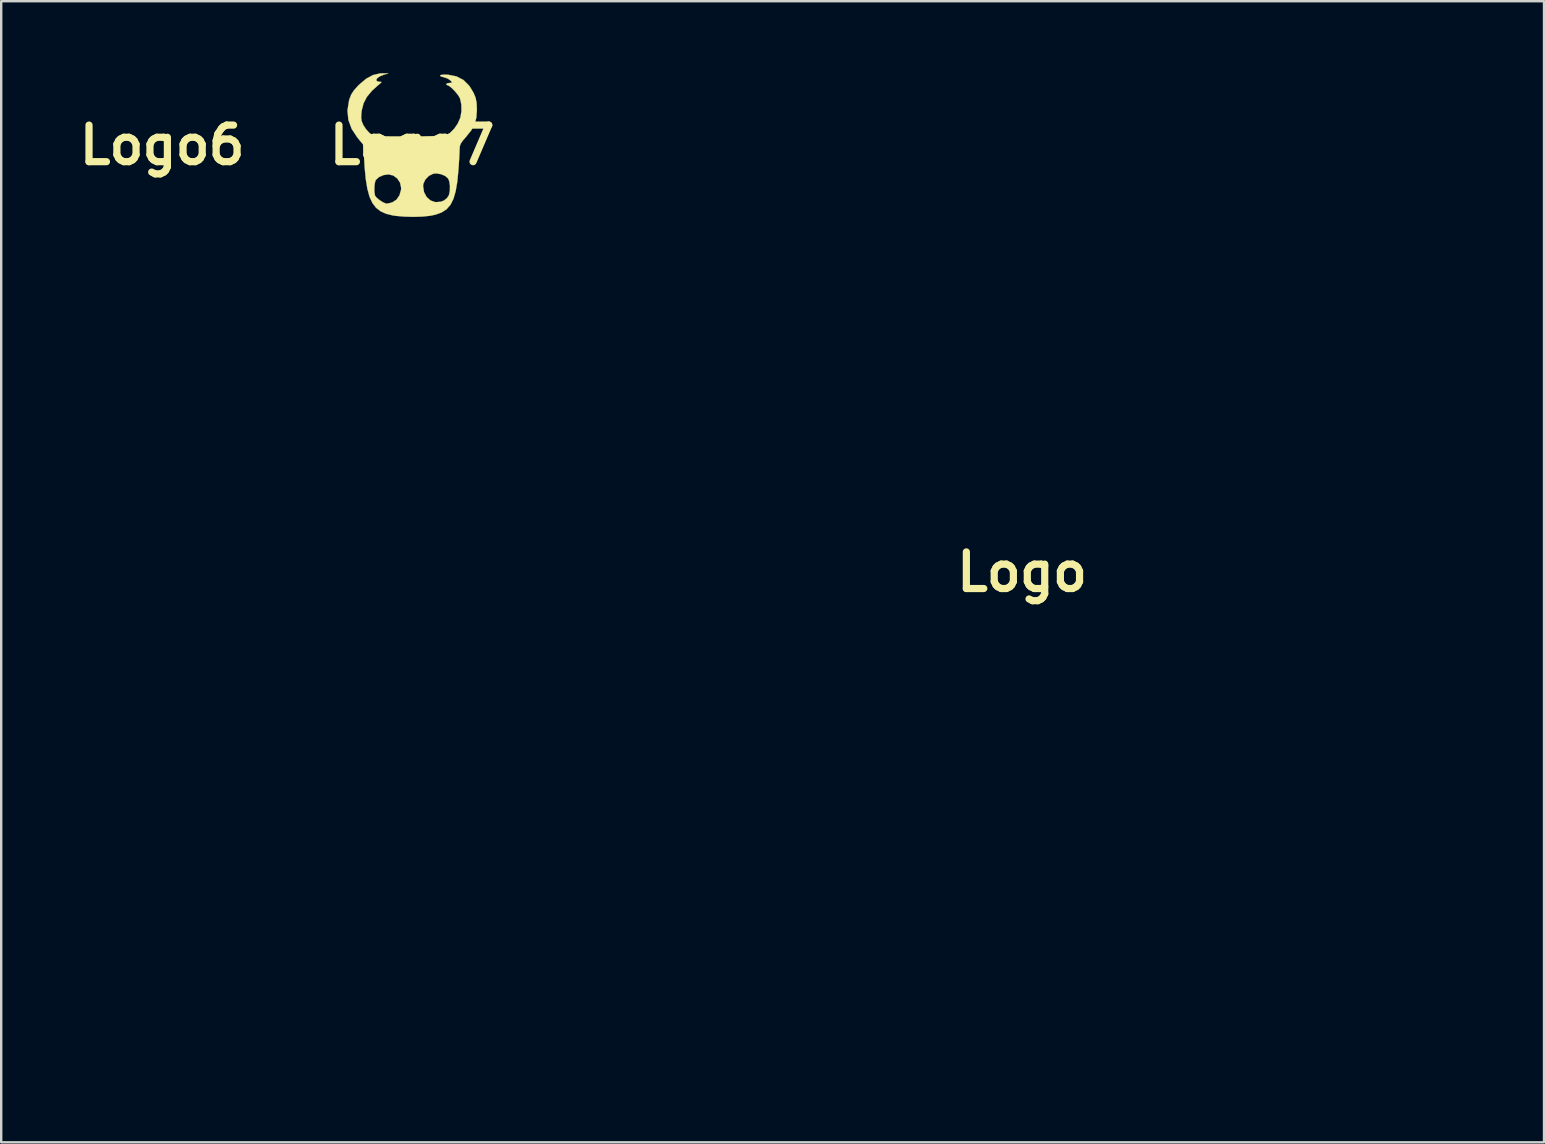
<source format=kicad_pcb>
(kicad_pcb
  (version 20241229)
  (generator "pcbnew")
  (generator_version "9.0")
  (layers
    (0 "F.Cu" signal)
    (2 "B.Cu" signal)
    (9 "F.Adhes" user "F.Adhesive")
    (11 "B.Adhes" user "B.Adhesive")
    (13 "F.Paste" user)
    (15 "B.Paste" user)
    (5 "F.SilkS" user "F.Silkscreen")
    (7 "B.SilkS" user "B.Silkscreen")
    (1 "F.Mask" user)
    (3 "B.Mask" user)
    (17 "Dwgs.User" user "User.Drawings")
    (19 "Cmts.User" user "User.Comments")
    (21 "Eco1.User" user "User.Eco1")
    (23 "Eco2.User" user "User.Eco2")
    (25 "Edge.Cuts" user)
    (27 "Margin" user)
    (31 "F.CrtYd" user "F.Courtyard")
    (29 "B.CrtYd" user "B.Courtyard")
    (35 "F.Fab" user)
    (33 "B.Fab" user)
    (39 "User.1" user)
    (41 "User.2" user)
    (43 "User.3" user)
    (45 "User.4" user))
  (footprint "Logo"
    (layer "F.Cu")
    (at 39.546 20.787)
    (property "Reference" "Logo" (at 0 0 0) (layer "F.SilkS") (effects (font (size 1.524 1.524) (thickness 0.3))))
    (attr through_hole)
    (fp_poly (pts (xy -6.879 -20.75) (xy -8.114 -20.399) (xy -9.26 -19.952) (xy -10.033 -19.423) (xy -10.371 -18.91) (xy -10.211 -18.515) (xy -9.491 -18.335) (xy -9.416 -18.333) (xy -8.919 -18.298) (xy -8.93 -18.12) (xy -9.472 -17.656) (xy -9.525 -17.614) (xy -11.606 -15.757) (xy -13.088 -13.962) (xy -14.053 -12.096) (xy -14.581 -10.03) (xy -14.669 -9.329) (xy -14.746 -7.986) (xy -14.611 -6.986) (xy -14.204 -5.984) (xy -14.027 -5.644) (xy -13.281 -4.528) (xy -12.394 -3.567) (xy -12.045 -3.29) (xy -11.685 -3.064) (xy -11.295 -2.888) (xy -10.788 -2.754) (xy -10.077 -2.657) (xy -9.075 -2.592) (xy -7.696 -2.551) (xy -5.854 -2.528) (xy -3.46 -2.518) (xy -1.135 -2.515) (xy 1.713 -2.526) (xy 4.269 -2.561) (xy 6.448 -2.618) (xy 8.162 -2.694) (xy 9.324 -2.787) (xy 9.784 -2.866) (xy 10.982 -3.544) (xy 12.172 -4.726) (xy 13.204 -6.227) (xy 13.926 -7.862) (xy 13.971 -8.008) (xy 14.28 -9.793) (xy 14.26 -11.657) (xy 13.925 -13.304) (xy 13.684 -13.878) (xy 13.155 -14.675) (xy 12.388 -15.588) (xy 11.552 -16.442) (xy 10.815 -17.065) (xy 10.366 -17.286) (xy 9.923 -17.49) (xy 9.878 -17.639) (xy 10.181 -17.898) (xy 10.814 -17.992) (xy 11.46 -18.029) (xy 11.483 -18.26) (xy 11.119 -18.69) (xy 10.325 -19.248) (xy 9.303 -19.611) (xy 9.3 -19.612) (xy 8.36 -19.864) (xy 8.062 -20.11) (xy 8.343 -20.306) (xy 9.141 -20.409) (xy 10.393 -20.375) (xy 12.836 -19.893) (xy 14.846 -18.864) (xy 16.459 -17.266) (xy 16.867 -16.679) (xy 17.804 -15.091) (xy 18.371 -13.723) (xy 18.656 -12.277) (xy 18.746 -10.458) (xy 18.747 -10.246) (xy 18.599 -7.983) (xy 18.073 -6.049) (xy 17.083 -4.232) (xy 15.549 -2.323) (xy 14.601 -1.222) (xy 14.056 -0.402) (xy 13.807 0.345) (xy 13.748 1.15) (xy 13.718 2.088) (xy 13.644 3.531) (xy 13.537 5.282) (xy 13.41 7.124) (xy 13.08 10.541) (xy 12.611 13.326) (xy 11.964 15.547) (xy 11.095 17.271) (xy 9.964 18.565) (xy 8.531 19.496) (xy 6.753 20.132) (xy 5.246 20.444) (xy 2.979 20.684) (xy 0.336 20.765) (xy -2.374 20.689) (xy -4.841 20.461) (xy -5.644 20.336) (xy -7.544 19.864) (xy -9.132 19.148) (xy -10.438 18.13) (xy -11.49 16.751) (xy -12.317 14.952) (xy -12.947 12.673) (xy -13.016 12.255) (xy -10.921 12.255) (xy -10.907 13.518) (xy -10.755 14.513) (xy -10.715 14.629) (xy -10.244 15.236) (xy -9.389 15.94) (xy -8.412 16.557) (xy -7.577 16.907) (xy -7.379 16.933) (xy -6.653 16.821) (xy -5.709 16.55) (xy -5.707 16.549) (xy -4.534 15.792) (xy -3.666 14.542) (xy -3.214 12.984) (xy -3.175 12.358) (xy -3.286 11.826) (xy 3.175 11.826) (xy 3.451 13.607) (xy 4.207 15.03) (xy 5.334 16.021) (xy 6.724 16.503) (xy 8.267 16.4) (xy 9.205 16.034) (xy 10.066 15.362) (xy 10.633 14.535) (xy 10.923 13.249) (xy 10.953 11.774) (xy 10.737 10.421) (xy 10.42 9.672) (xy 9.602 8.947) (xy 8.379 8.419) (xy 7.049 8.186) (xy 6.16 8.262) (xy 4.861 8.891) (xy 3.831 9.947) (xy 3.246 11.222) (xy 3.175 11.826) (xy -3.286 11.826) (xy -3.483 10.888) (xy -4.304 9.642) (xy -5.489 8.782) (xy -6.861 8.467) (xy -8.304 8.683) (xy -9.594 9.252) (xy -10.479 10.057) (xy -10.573 10.211) (xy -10.806 11.045) (xy -10.921 12.255) (xy -13.016 12.255) (xy -13.411 9.857) (xy -13.735 6.445) (xy -13.906 3.421) (xy -14.061 -0.037) (xy -15.858 -2.224) (xy -17.503 -4.708) (xy -18.452 -7.314) (xy -18.707 -10.039) (xy -18.266 -12.882) (xy -18.098 -13.453) (xy -17.595 -14.687) (xy -16.836 -15.847) (xy -15.677 -17.145) (xy -15.323 -17.501) (xy -13.298 -19.217) (xy -11.305 -20.285) (xy -9.243 -20.754) (xy -8.316 -20.782) (xy -6.879 -20.75)) (stroke (width 0.01) (type solid)) (fill yes) (layer "F.Mask")))
  (footprint "Logo6"
    (layer "F.Cu")
    (at 3.708 2.998)
    (property "Reference" "Logo6" (at 0 0 0) (layer "F.SilkS") (effects (font (size 1.524 1.524) (thickness 0.3))))
    (attr through_hole)
    (fp_poly (pts (xy -0.991 -2.988) (xy -1.168 -2.937) (xy -1.333 -2.873) (xy -1.445 -2.797) (xy -1.493 -2.723) (xy -1.47 -2.666) (xy -1.367 -2.64) (xy -1.356 -2.64) (xy -1.284 -2.635) (xy -1.286 -2.609) (xy -1.364 -2.542) (xy -1.372 -2.536) (xy -1.671 -2.269) (xy -1.885 -2.01) (xy -2.024 -1.742) (xy -2.1 -1.444) (xy -2.112 -1.343) (xy -2.123 -1.15) (xy -2.104 -1.006) (xy -2.045 -0.862) (xy -2.02 -0.813) (xy -1.912 -0.652) (xy -1.785 -0.514) (xy -1.734 -0.474) (xy -1.683 -0.441) (xy -1.626 -0.416) (xy -1.553 -0.397) (xy -1.451 -0.383) (xy -1.307 -0.373) (xy -1.108 -0.367) (xy -0.843 -0.364) (xy -0.498 -0.363) (xy -0.163 -0.362) (xy 0.247 -0.364) (xy 0.615 -0.369) (xy 0.929 -0.377) (xy 1.175 -0.388) (xy 1.343 -0.401) (xy 1.409 -0.413) (xy 1.581 -0.51) (xy 1.753 -0.681) (xy 1.901 -0.897) (xy 2.005 -1.132) (xy 2.012 -1.153) (xy 2.056 -1.41) (xy 2.053 -1.679) (xy 2.005 -1.916) (xy 1.971 -1.998) (xy 1.894 -2.113) (xy 1.784 -2.245) (xy 1.664 -2.368) (xy 1.557 -2.457) (xy 1.493 -2.489) (xy 1.429 -2.519) (xy 1.422 -2.54) (xy 1.466 -2.577) (xy 1.557 -2.591) (xy 1.65 -2.596) (xy 1.654 -2.629) (xy 1.601 -2.691) (xy 1.487 -2.772) (xy 1.34 -2.824) (xy 1.339 -2.824) (xy 1.204 -2.86) (xy 1.161 -2.896) (xy 1.201 -2.924) (xy 1.316 -2.939) (xy 1.497 -2.934) (xy 1.848 -2.865) (xy 2.138 -2.716) (xy 2.37 -2.486) (xy 2.429 -2.402) (xy 2.564 -2.173) (xy 2.645 -1.976) (xy 2.687 -1.768) (xy 2.699 -1.506) (xy 2.7 -1.475) (xy 2.678 -1.15) (xy 2.602 -0.871) (xy 2.46 -0.609) (xy 2.239 -0.334) (xy 2.102 -0.176) (xy 2.024 -0.058) (xy 1.988 0.05) (xy 1.98 0.166) (xy 1.975 0.301) (xy 1.965 0.508) (xy 1.949 0.761) (xy 1.931 1.026) (xy 1.884 1.518) (xy 1.816 1.919) (xy 1.723 2.239) (xy 1.598 2.487) (xy 1.435 2.673) (xy 1.228 2.807) (xy 0.972 2.899) (xy 0.755 2.944) (xy 0.429 2.978) (xy 0.048 2.99) (xy -0.342 2.979) (xy -0.697 2.946) (xy -0.813 2.928) (xy -1.086 2.86) (xy -1.315 2.757) (xy -1.503 2.611) (xy -1.654 2.412) (xy -1.774 2.153) (xy -1.864 1.825) (xy -1.874 1.765) (xy -1.573 1.765) (xy -1.571 1.947) (xy -1.549 2.09) (xy -1.543 2.107) (xy -1.475 2.194) (xy -1.352 2.295) (xy -1.211 2.384) (xy -1.091 2.435) (xy -1.063 2.438) (xy -0.958 2.422) (xy -0.822 2.383) (xy -0.822 2.383) (xy -0.653 2.274) (xy -0.528 2.094) (xy -0.463 1.87) (xy -0.457 1.78) (xy -0.473 1.703) (xy 0.457 1.703) (xy 0.497 1.959) (xy 0.606 2.164) (xy 0.768 2.307) (xy 0.968 2.376) (xy 1.19 2.362) (xy 1.326 2.309) (xy 1.45 2.212) (xy 1.531 2.093) (xy 1.573 1.908) (xy 1.577 1.695) (xy 1.546 1.501) (xy 1.501 1.393) (xy 1.383 1.288) (xy 1.207 1.212) (xy 1.015 1.179) (xy 0.887 1.19) (xy 0.7 1.28) (xy 0.552 1.432) (xy 0.467 1.616) (xy 0.457 1.703) (xy -0.473 1.703) (xy -0.501 1.568) (xy -0.62 1.388) (xy -0.79 1.265) (xy -0.988 1.219) (xy -1.196 1.25) (xy -1.382 1.332) (xy -1.509 1.448) (xy -1.522 1.47) (xy -1.556 1.59) (xy -1.573 1.765) (xy -1.874 1.765) (xy -1.931 1.419) (xy -1.978 0.928) (xy -2.003 0.493) (xy -2.025 -0.005) (xy -2.284 -0.32) (xy -2.52 -0.678) (xy -2.657 -1.053) (xy -2.694 -1.446) (xy -2.63 -1.855) (xy -2.606 -1.937) (xy -2.534 -2.115) (xy -2.424 -2.282) (xy -2.258 -2.469) (xy -2.207 -2.52) (xy -1.915 -2.767) (xy -1.628 -2.921) (xy -1.331 -2.989) (xy -1.197 -2.993) (xy -0.991 -2.988)) (stroke (width 0.01) (type solid)) (fill yes) (layer "F.Mask")))
  (footprint "Logo7"
    (layer "F.Cu")
    (at 14.125 2.998)
    (property "Reference" "Logo7" (at 0 0 0) (layer "F.SilkS") (effects (font (size 1.524 1.524) (thickness 0.3))))
    (attr through_hole)
    (fp_poly (pts (xy -0.991 -2.988) (xy -1.168 -2.937) (xy -1.333 -2.873) (xy -1.445 -2.797) (xy -1.493 -2.723) (xy -1.47 -2.666) (xy -1.367 -2.64) (xy -1.356 -2.64) (xy -1.284 -2.635) (xy -1.286 -2.609) (xy -1.364 -2.542) (xy -1.372 -2.536) (xy -1.671 -2.269) (xy -1.885 -2.01) (xy -2.024 -1.742) (xy -2.1 -1.444) (xy -2.112 -1.343) (xy -2.123 -1.15) (xy -2.104 -1.006) (xy -2.045 -0.862) (xy -2.02 -0.813) (xy -1.912 -0.652) (xy -1.785 -0.514) (xy -1.734 -0.474) (xy -1.683 -0.441) (xy -1.626 -0.416) (xy -1.553 -0.397) (xy -1.451 -0.383) (xy -1.307 -0.373) (xy -1.108 -0.367) (xy -0.843 -0.364) (xy -0.498 -0.363) (xy -0.163 -0.362) (xy 0.247 -0.364) (xy 0.615 -0.369) (xy 0.929 -0.377) (xy 1.175 -0.388) (xy 1.343 -0.401) (xy 1.409 -0.413) (xy 1.581 -0.51) (xy 1.753 -0.681) (xy 1.901 -0.897) (xy 2.005 -1.132) (xy 2.012 -1.153) (xy 2.056 -1.41) (xy 2.053 -1.679) (xy 2.005 -1.916) (xy 1.971 -1.998) (xy 1.894 -2.113) (xy 1.784 -2.245) (xy 1.664 -2.368) (xy 1.557 -2.457) (xy 1.493 -2.489) (xy 1.429 -2.519) (xy 1.422 -2.54) (xy 1.466 -2.577) (xy 1.557 -2.591) (xy 1.65 -2.596) (xy 1.654 -2.629) (xy 1.601 -2.691) (xy 1.487 -2.772) (xy 1.34 -2.824) (xy 1.339 -2.824) (xy 1.204 -2.86) (xy 1.161 -2.896) (xy 1.201 -2.924) (xy 1.316 -2.939) (xy 1.497 -2.934) (xy 1.848 -2.865) (xy 2.138 -2.716) (xy 2.37 -2.486) (xy 2.429 -2.402) (xy 2.564 -2.173) (xy 2.645 -1.976) (xy 2.687 -1.768) (xy 2.699 -1.506) (xy 2.7 -1.475) (xy 2.678 -1.15) (xy 2.602 -0.871) (xy 2.46 -0.609) (xy 2.239 -0.334) (xy 2.102 -0.176) (xy 2.024 -0.058) (xy 1.988 0.05) (xy 1.98 0.166) (xy 1.975 0.301) (xy 1.965 0.508) (xy 1.949 0.761) (xy 1.931 1.026) (xy 1.884 1.518) (xy 1.816 1.919) (xy 1.723 2.239) (xy 1.598 2.487) (xy 1.435 2.673) (xy 1.228 2.807) (xy 0.972 2.899) (xy 0.755 2.944) (xy 0.429 2.978) (xy 0.048 2.99) (xy -0.342 2.979) (xy -0.697 2.946) (xy -0.813 2.928) (xy -1.086 2.86) (xy -1.315 2.757) (xy -1.503 2.611) (xy -1.654 2.412) (xy -1.774 2.153) (xy -1.864 1.825) (xy -1.874 1.765) (xy -1.573 1.765) (xy -1.571 1.947) (xy -1.549 2.09) (xy -1.543 2.107) (xy -1.475 2.194) (xy -1.352 2.295) (xy -1.211 2.384) (xy -1.091 2.435) (xy -1.063 2.438) (xy -0.958 2.422) (xy -0.822 2.383) (xy -0.822 2.383) (xy -0.653 2.274) (xy -0.528 2.094) (xy -0.463 1.87) (xy -0.457 1.78) (xy -0.473 1.703) (xy 0.457 1.703) (xy 0.497 1.959) (xy 0.606 2.164) (xy 0.768 2.307) (xy 0.968 2.376) (xy 1.19 2.362) (xy 1.326 2.309) (xy 1.45 2.212) (xy 1.531 2.093) (xy 1.573 1.908) (xy 1.577 1.695) (xy 1.546 1.501) (xy 1.501 1.393) (xy 1.383 1.288) (xy 1.207 1.212) (xy 1.015 1.179) (xy 0.887 1.19) (xy 0.7 1.28) (xy 0.552 1.432) (xy 0.467 1.616) (xy 0.457 1.703) (xy -0.473 1.703) (xy -0.501 1.568) (xy -0.62 1.388) (xy -0.79 1.265) (xy -0.988 1.219) (xy -1.196 1.25) (xy -1.382 1.332) (xy -1.509 1.448) (xy -1.522 1.47) (xy -1.556 1.59) (xy -1.573 1.765) (xy -1.874 1.765) (xy -1.931 1.419) (xy -1.978 0.928) (xy -2.003 0.493) (xy -2.025 -0.005) (xy -2.284 -0.32) (xy -2.52 -0.678) (xy -2.657 -1.053) (xy -2.694 -1.446) (xy -2.63 -1.855) (xy -2.606 -1.937) (xy -2.534 -2.115) (xy -2.424 -2.282) (xy -2.258 -2.469) (xy -2.207 -2.52) (xy -1.915 -2.767) (xy -1.628 -2.921) (xy -1.331 -2.989) (xy -1.197 -2.993) (xy -0.991 -2.988)) (stroke (width 0.01) (type solid)) (fill yes) (layer "F.SilkS")))
  (gr_rect
    (start -3 -3)
    (end 61.298 44.557)
    (stroke (width 0.1) (type default))
    (fill no)
    (layer "Edge.Cuts")))
</source>
